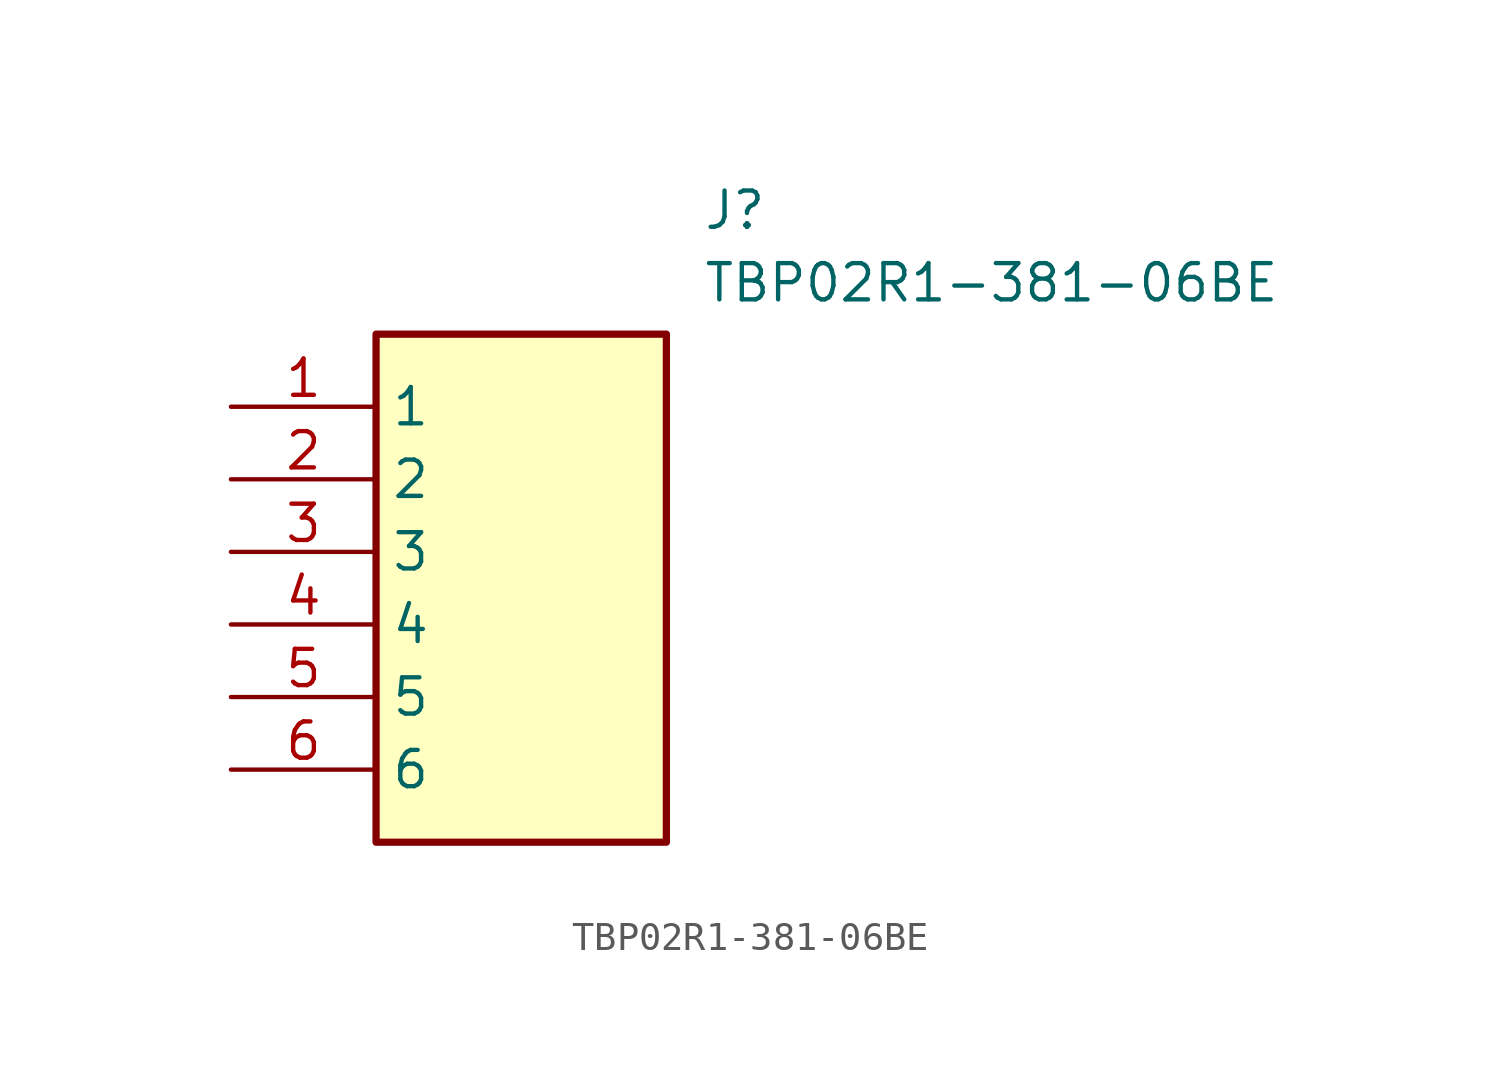
<source format=kicad_sym>
(kicad_symbol_lib
  (version 20211014)
  (generator SamacSys_ECAD_Model)
  (symbol "TBP02R1-381-06BE"
    (property "Reference" "J"
      (at 16.51 7.62 0)
      (effects (font (size 1.27 1.27)) (justify left top)))
    (property "Value" "TBP02R1-381-06BE"
      (at 16.51 5.08 0)
      (effects (font (size 1.27 1.27)) (justify left top)))
    (rectangle
      (start 5.08 2.54)
      (end 15.24 -15.24)
      (stroke (width 0.254) (type default))
      (fill (type background)))
    (pin passive line
      (at 0 0 0)
      (length 5.08)
      (name "1" (effects (font (size 1.27 1.27))))
      (number "1" (effects (font (size 1.27 1.27)))))
    (pin passive line
      (at 0 -2.54 0)
      (length 5.08)
      (name "2" (effects (font (size 1.27 1.27))))
      (number "2" (effects (font (size 1.27 1.27)))))
    (pin passive line
      (at 0 -5.08 0)
      (length 5.08)
      (name "3" (effects (font (size 1.27 1.27))))
      (number "3" (effects (font (size 1.27 1.27)))))
    (pin passive line
      (at 0 -7.62 0)
      (length 5.08)
      (name "4" (effects (font (size 1.27 1.27))))
      (number "4" (effects (font (size 1.27 1.27)))))
    (pin passive line
      (at 0 -10.16 0)
      (length 5.08)
      (name "5" (effects (font (size 1.27 1.27))))
      (number "5" (effects (font (size 1.27 1.27)))))
    (pin passive line
      (at 0 -12.7 0)
      (length 5.08)
      (name "6" (effects (font (size 1.27 1.27))))
      (number "6" (effects (font (size 1.27 1.27)))))))
</source>
